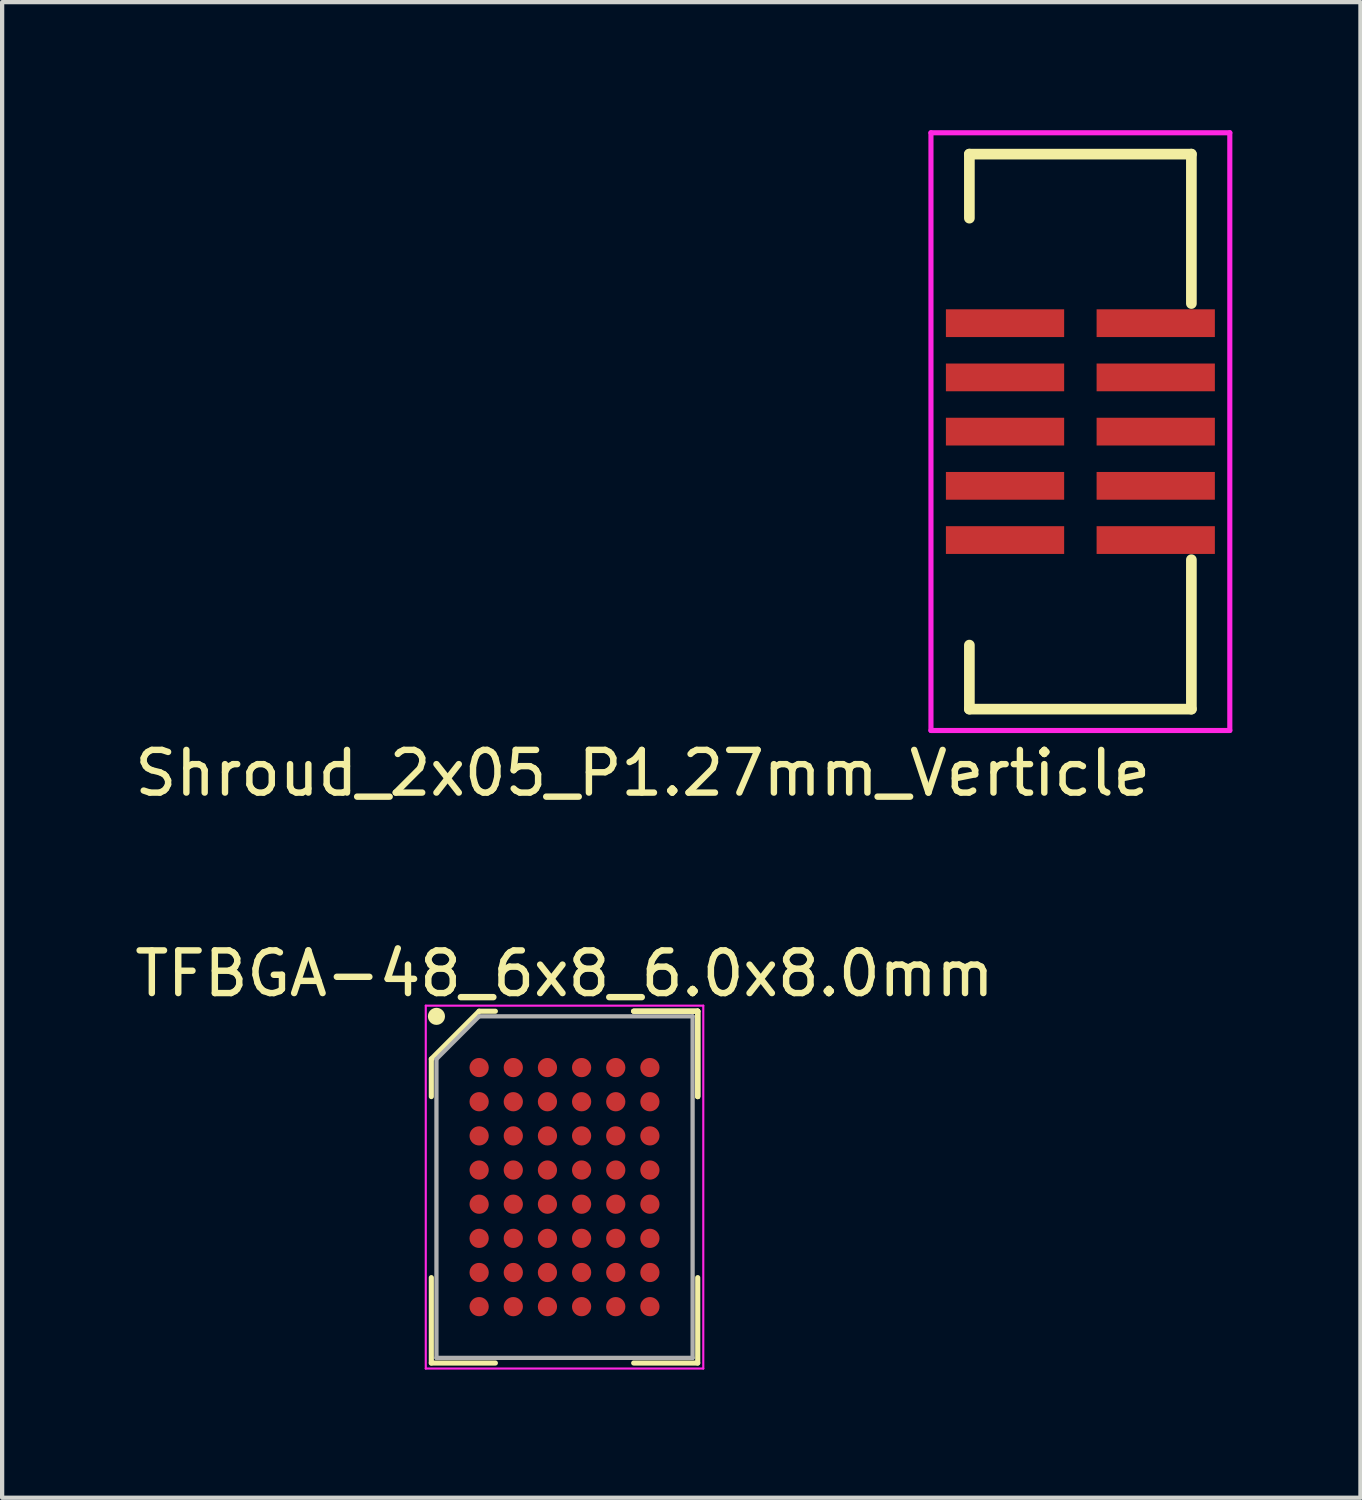
<source format=kicad_pcb>
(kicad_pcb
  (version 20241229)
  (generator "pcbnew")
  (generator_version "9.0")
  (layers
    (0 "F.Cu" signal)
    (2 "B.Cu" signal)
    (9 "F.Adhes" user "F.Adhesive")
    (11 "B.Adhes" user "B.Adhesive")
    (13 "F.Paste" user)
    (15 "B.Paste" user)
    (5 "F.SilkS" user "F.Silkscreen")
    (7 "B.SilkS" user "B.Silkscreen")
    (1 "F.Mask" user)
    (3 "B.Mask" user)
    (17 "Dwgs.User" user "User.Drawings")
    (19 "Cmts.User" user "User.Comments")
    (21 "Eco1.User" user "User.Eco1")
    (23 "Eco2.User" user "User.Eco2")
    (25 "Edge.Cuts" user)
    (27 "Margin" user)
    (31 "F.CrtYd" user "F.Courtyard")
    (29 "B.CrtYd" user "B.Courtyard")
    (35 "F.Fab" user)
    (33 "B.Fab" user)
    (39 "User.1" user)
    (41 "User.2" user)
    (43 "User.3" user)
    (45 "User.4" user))
  (footprint "Shroud_2x05_P1.27mm_Verticle"
    (layer "F.Cu")
    (at 22.256 7.06)
    (property "Reference" "Shroud_2x05_P1.27mm_Verticle" (at -10.25 8 0) (layer "F.SilkS") (effects (font (size 1 1) (thickness 0.15))))
    (attr through_hole)
    (fp_line (start -2.6 -6.5) (end -2.6 -5) (stroke (width 0.25) (type solid)) (layer "F.SilkS"))
    (fp_line (start -2.6 -6.5) (end 2.6 -6.5) (stroke (width 0.25) (type solid)) (layer "F.SilkS"))
    (fp_line (start -2.6 6.5) (end -2.6 5) (stroke (width 0.25) (type solid)) (layer "F.SilkS"))
    (fp_line (start 2.6 -6.5) (end 2.6 -3) (stroke (width 0.25) (type solid)) (layer "F.SilkS"))
    (fp_line (start 2.6 6.5) (end -2.6 6.5) (stroke (width 0.25) (type solid)) (layer "F.SilkS"))
    (fp_line (start 2.6 6.5) (end 2.6 3) (stroke (width 0.25) (type solid)) (layer "F.SilkS"))
    (fp_line (start -3.5 -7) (end -3.5 7) (stroke (width 0.12) (type solid)) (layer "F.CrtYd"))
    (fp_line (start -3.5 -7) (end 3.5 -7) (stroke (width 0.12) (type solid)) (layer "F.CrtYd"))
    (fp_line (start -3.5 7) (end 3.5 7) (stroke (width 0.12) (type solid)) (layer "F.CrtYd"))
    (fp_line (start 3.5 7) (end 3.5 -7) (stroke (width 0.12) (type solid)) (layer "F.CrtYd"))
    (pad "1" smd rect (at -1.765 -2.54) (size 2.77 0.65) (layers "F.Cu" "F.Mask" "F.Paste"))
    (pad "2" smd rect (at 1.765 -2.54) (size 2.77 0.65) (layers "F.Cu" "F.Mask" "F.Paste"))
    (pad "3" smd rect (at -1.765 -1.27) (size 2.77 0.65) (layers "F.Cu" "F.Mask" "F.Paste"))
    (pad "4" smd rect (at 1.765 -1.27) (size 2.77 0.65) (layers "F.Cu" "F.Mask" "F.Paste"))
    (pad "5" smd rect (at -1.765 0) (size 2.77 0.65) (layers "F.Cu" "F.Mask" "F.Paste"))
    (pad "6" smd rect (at 1.765 0) (size 2.77 0.65) (layers "F.Cu" "F.Mask" "F.Paste"))
    (pad "7" smd rect (at -1.765 1.27) (size 2.77 0.65) (layers "F.Cu" "F.Mask" "F.Paste"))
    (pad "8" smd rect (at 1.765 1.27) (size 2.77 0.65) (layers "F.Cu" "F.Mask" "F.Paste"))
    (pad "9" smd rect (at -1.765 2.54) (size 2.77 0.65) (layers "F.Cu" "F.Mask" "F.Paste"))
    (pad "10" smd rect (at 1.765 2.54) (size 2.77 0.65) (layers "F.Cu" "F.Mask" "F.Paste")))
  (footprint "TFBGA-48_6x8_6.0x8.0mm"
    (layer "F.Cu")
    (at 10.173 24.756)
    (property "Reference" "TFBGA-48_6x8_6.0x8.0mm" (at 0 -5 0) (layer "F.SilkS") (effects (font (size 1 1) (thickness 0.15))))
    (attr smd)
    (fp_line (start -3.12 -3) (end -3.12 -2.12) (stroke (width 0.12) (type solid)) (layer "F.SilkS"))
    (fp_line (start -3.12 4.12) (end -3.12 2.12) (stroke (width 0.12) (type solid)) (layer "F.SilkS"))
    (fp_line (start -2 -4.12) (end -3.12 -3) (stroke (width 0.12) (type solid)) (layer "F.SilkS"))
    (fp_line (start -1.62 -4.12) (end -2 -4.12) (stroke (width 0.12) (type solid)) (layer "F.SilkS"))
    (fp_line (start -1.62 4.12) (end -3.12 4.12) (stroke (width 0.12) (type solid)) (layer "F.SilkS"))
    (fp_line (start 1.62 -4.12) (end 3.12 -4.12) (stroke (width 0.12) (type solid)) (layer "F.SilkS"))
    (fp_line (start 1.62 -4.12) (end 3.12 -4.12) (stroke (width 0.12) (type solid)) (layer "F.SilkS"))
    (fp_line (start 1.62 -4.12) (end 3.12 -4.12) (stroke (width 0.12) (type solid)) (layer "F.SilkS"))
    (fp_line (start 1.62 4.12) (end 3.12 4.12) (stroke (width 0.12) (type solid)) (layer "F.SilkS"))
    (fp_line (start 3.12 -4.12) (end 3.12 -2.12) (stroke (width 0.12) (type solid)) (layer "F.SilkS"))
    (fp_line (start 3.12 -4.12) (end 3.12 -2.12) (stroke (width 0.12) (type solid)) (layer "F.SilkS"))
    (fp_line (start 3.12 -4.12) (end 3.12 -2.12) (stroke (width 0.12) (type solid)) (layer "F.SilkS"))
    (fp_line (start 3.12 4.12) (end 3.12 2.12) (stroke (width 0.12) (type solid)) (layer "F.SilkS"))
    (fp_circle (center -3 -4) (end -3 -3.9) (stroke (width 0.2) (type solid)) (fill no) (layer "F.SilkS"))
    (fp_line (start -3.25 -4.25) (end 3.25 -4.25) (stroke (width 0.05) (type solid)) (layer "F.CrtYd"))
    (fp_line (start -3.25 4.25) (end -3.25 -4.25) (stroke (width 0.05) (type solid)) (layer "F.CrtYd"))
    (fp_line (start 3.25 -4.25) (end 3.25 4.25) (stroke (width 0.05) (type solid)) (layer "F.CrtYd"))
    (fp_line (start 3.25 4.25) (end -3.25 4.25) (stroke (width 0.05) (type solid)) (layer "F.CrtYd"))
    (fp_line (start -3 -3) (end -3 4) (stroke (width 0.1) (type solid)) (layer "F.Fab"))
    (fp_line (start -3 4) (end 3 4) (stroke (width 0.1) (type solid)) (layer "F.Fab"))
    (fp_line (start -2 -4) (end -3 -3) (stroke (width 0.1) (type solid)) (layer "F.Fab"))
    (fp_line (start 3 -4) (end -2 -4) (stroke (width 0.1) (type solid)) (layer "F.Fab"))
    (fp_line (start 3 4) (end 3 -4) (stroke (width 0.1) (type solid)) (layer "F.Fab"))
    (pad "A1" smd circle (at -2 -2.8) (size 0.45 0.45) (layers "F.Cu" "F.Mask" "F.Paste"))
    (pad "A2" smd circle (at -1.2 -2.8) (size 0.45 0.45) (layers "F.Cu" "F.Mask" "F.Paste"))
    (pad "A3" smd circle (at -0.4 -2.8) (size 0.45 0.45) (layers "F.Cu" "F.Mask" "F.Paste"))
    (pad "A4" smd circle (at 0.4 -2.8) (size 0.45 0.45) (layers "F.Cu" "F.Mask" "F.Paste"))
    (pad "A5" smd circle (at 1.2 -2.8) (size 0.45 0.45) (layers "F.Cu" "F.Mask" "F.Paste"))
    (pad "A6" smd circle (at 2 -2.8) (size 0.45 0.45) (layers "F.Cu" "F.Mask" "F.Paste"))
    (pad "B1" smd circle (at -2 -2) (size 0.45 0.45) (layers "F.Cu" "F.Mask" "F.Paste"))
    (pad "B2" smd circle (at -1.2 -2) (size 0.45 0.45) (layers "F.Cu" "F.Mask" "F.Paste"))
    (pad "B3" smd circle (at -0.4 -2) (size 0.45 0.45) (layers "F.Cu" "F.Mask" "F.Paste"))
    (pad "B4" smd circle (at 0.4 -2) (size 0.45 0.45) (layers "F.Cu" "F.Mask" "F.Paste"))
    (pad "B5" smd circle (at 1.2 -2) (size 0.45 0.45) (layers "F.Cu" "F.Mask" "F.Paste"))
    (pad "B6" smd circle (at 2 -2) (size 0.45 0.45) (layers "F.Cu" "F.Mask" "F.Paste"))
    (pad "C1" smd circle (at -2 -1.2) (size 0.45 0.45) (layers "F.Cu" "F.Mask" "F.Paste"))
    (pad "C2" smd circle (at -1.2 -1.2) (size 0.45 0.45) (layers "F.Cu" "F.Mask" "F.Paste"))
    (pad "C3" smd circle (at -0.4 -1.2) (size 0.45 0.45) (layers "F.Cu" "F.Mask" "F.Paste"))
    (pad "C4" smd circle (at 0.4 -1.2) (size 0.45 0.45) (layers "F.Cu" "F.Mask" "F.Paste"))
    (pad "C5" smd circle (at 1.2 -1.2) (size 0.45 0.45) (layers "F.Cu" "F.Mask" "F.Paste"))
    (pad "C6" smd circle (at 2 -1.2) (size 0.45 0.45) (layers "F.Cu" "F.Mask" "F.Paste"))
    (pad "D1" smd circle (at -2 -0.4) (size 0.45 0.45) (layers "F.Cu" "F.Mask" "F.Paste"))
    (pad "D2" smd circle (at -1.2 -0.4) (size 0.45 0.45) (layers "F.Cu" "F.Mask" "F.Paste"))
    (pad "D3" smd circle (at -0.4 -0.4) (size 0.45 0.45) (layers "F.Cu" "F.Mask" "F.Paste"))
    (pad "D4" smd circle (at 0.4 -0.4) (size 0.45 0.45) (layers "F.Cu" "F.Mask" "F.Paste"))
    (pad "D5" smd circle (at 1.2 -0.4) (size 0.45 0.45) (layers "F.Cu" "F.Mask" "F.Paste"))
    (pad "D6" smd circle (at 2 -0.4) (size 0.45 0.45) (layers "F.Cu" "F.Mask" "F.Paste"))
    (pad "E1" smd circle (at -2 0.4) (size 0.45 0.45) (layers "F.Cu" "F.Mask" "F.Paste"))
    (pad "E2" smd circle (at -1.2 0.4) (size 0.45 0.45) (layers "F.Cu" "F.Mask" "F.Paste"))
    (pad "E3" smd circle (at -0.4 0.4) (size 0.45 0.45) (layers "F.Cu" "F.Mask" "F.Paste"))
    (pad "E4" smd circle (at 0.4 0.4) (size 0.45 0.45) (layers "F.Cu" "F.Mask" "F.Paste"))
    (pad "E5" smd circle (at 1.2 0.4) (size 0.45 0.45) (layers "F.Cu" "F.Mask" "F.Paste"))
    (pad "E6" smd circle (at 2 0.4) (size 0.45 0.45) (layers "F.Cu" "F.Mask" "F.Paste"))
    (pad "F1" smd circle (at -2 1.2) (size 0.45 0.45) (layers "F.Cu" "F.Mask" "F.Paste"))
    (pad "F2" smd circle (at -1.2 1.2) (size 0.45 0.45) (layers "F.Cu" "F.Mask" "F.Paste"))
    (pad "F3" smd circle (at -0.4 1.2) (size 0.45 0.45) (layers "F.Cu" "F.Mask" "F.Paste"))
    (pad "F4" smd circle (at 0.4 1.2) (size 0.45 0.45) (layers "F.Cu" "F.Mask" "F.Paste"))
    (pad "F5" smd circle (at 1.2 1.2) (size 0.45 0.45) (layers "F.Cu" "F.Mask" "F.Paste"))
    (pad "F6" smd circle (at 2 1.2) (size 0.45 0.45) (layers "F.Cu" "F.Mask" "F.Paste"))
    (pad "G1" smd circle (at -2 2) (size 0.45 0.45) (layers "F.Cu" "F.Mask" "F.Paste"))
    (pad "G2" smd circle (at -1.2 2) (size 0.45 0.45) (layers "F.Cu" "F.Mask" "F.Paste"))
    (pad "G3" smd circle (at -0.4 2) (size 0.45 0.45) (layers "F.Cu" "F.Mask" "F.Paste"))
    (pad "G4" smd circle (at 0.4 2) (size 0.45 0.45) (layers "F.Cu" "F.Mask" "F.Paste"))
    (pad "G5" smd circle (at 1.2 2) (size 0.45 0.45) (layers "F.Cu" "F.Mask" "F.Paste"))
    (pad "G6" smd circle (at 2 2) (size 0.45 0.45) (layers "F.Cu" "F.Mask" "F.Paste"))
    (pad "H1" smd circle (at -2 2.8) (size 0.45 0.45) (layers "F.Cu" "F.Mask" "F.Paste"))
    (pad "H2" smd circle (at -1.2 2.8) (size 0.45 0.45) (layers "F.Cu" "F.Mask" "F.Paste"))
    (pad "H3" smd circle (at -0.4 2.8) (size 0.45 0.45) (layers "F.Cu" "F.Mask" "F.Paste"))
    (pad "H4" smd circle (at 0.4 2.8) (size 0.45 0.45) (layers "F.Cu" "F.Mask" "F.Paste"))
    (pad "H5" smd circle (at 1.2 2.8) (size 0.45 0.45) (layers "F.Cu" "F.Mask" "F.Paste"))
    (pad "H6" smd circle (at 2 2.8) (size 0.45 0.45) (layers "F.Cu" "F.Mask" "F.Paste")))
  (gr_rect
    (start -3 -3)
    (end 28.816 32.032)
    (stroke (width 0.1) (type default))
    (fill no)
    (layer "Edge.Cuts")))
</source>
